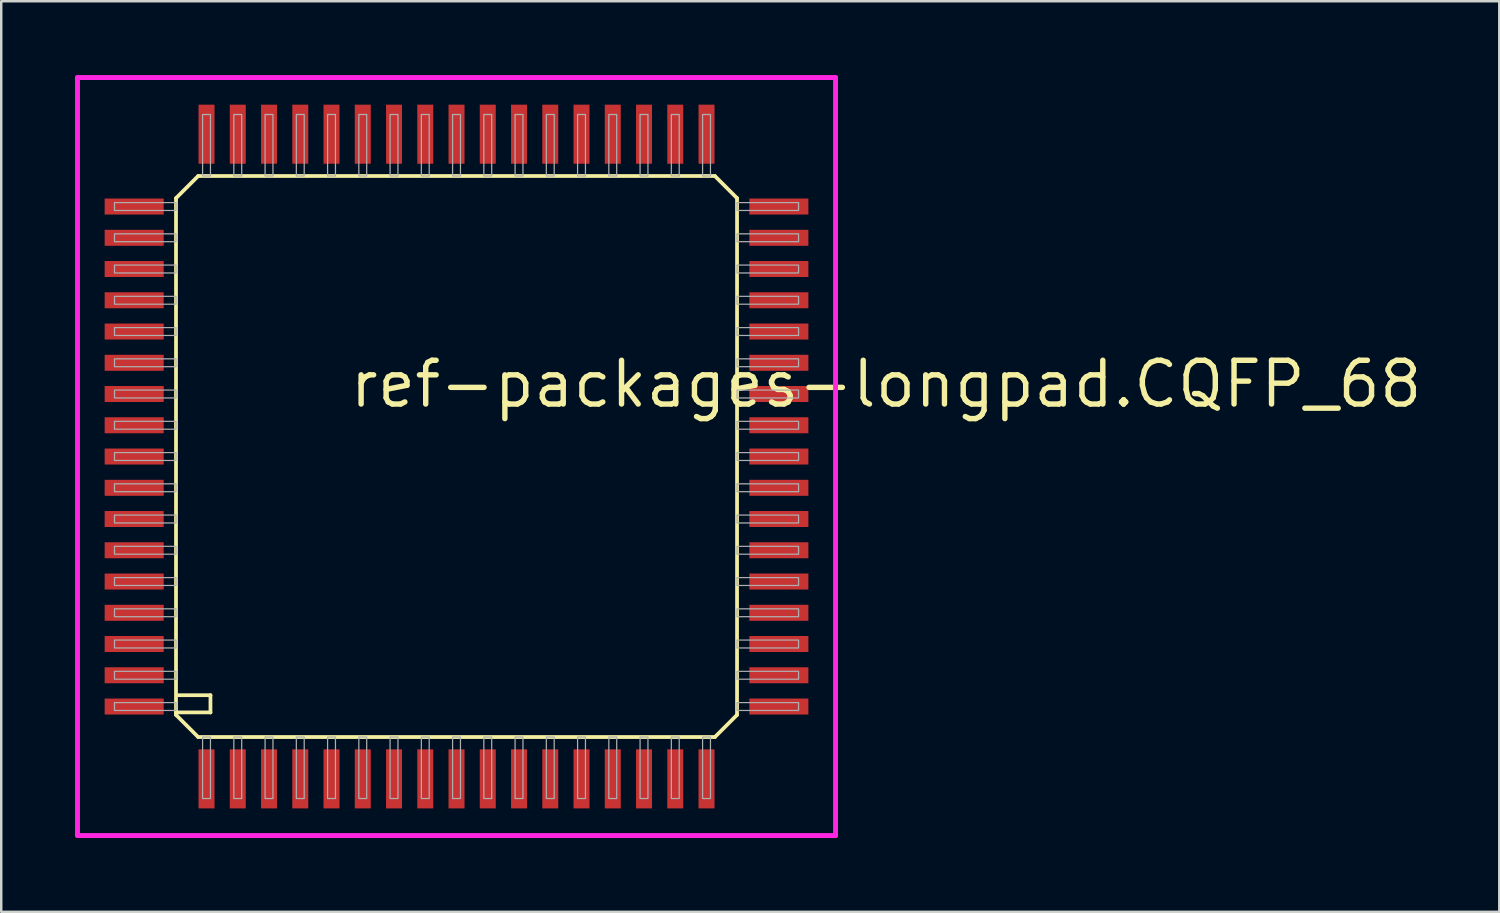
<source format=kicad_pcb>
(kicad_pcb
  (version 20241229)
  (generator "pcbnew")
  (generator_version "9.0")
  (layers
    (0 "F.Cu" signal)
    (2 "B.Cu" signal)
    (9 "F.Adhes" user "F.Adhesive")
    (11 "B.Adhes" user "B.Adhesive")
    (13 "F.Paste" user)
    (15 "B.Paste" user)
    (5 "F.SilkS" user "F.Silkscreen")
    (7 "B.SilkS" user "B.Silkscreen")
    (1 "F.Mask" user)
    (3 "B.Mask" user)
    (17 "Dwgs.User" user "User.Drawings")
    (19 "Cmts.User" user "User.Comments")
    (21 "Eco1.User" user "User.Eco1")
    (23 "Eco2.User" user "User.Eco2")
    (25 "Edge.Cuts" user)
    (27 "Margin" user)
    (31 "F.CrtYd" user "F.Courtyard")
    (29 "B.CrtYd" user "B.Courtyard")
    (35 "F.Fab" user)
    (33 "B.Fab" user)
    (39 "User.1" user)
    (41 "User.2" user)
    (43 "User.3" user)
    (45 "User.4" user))
  (footprint "ref-packages-longpad.CQFP_68"
    (layer "F.Cu")
    (at 15.503 15.503)
    (property "Reference" "ref-packages-longpad.CQFP_68" (at -4.445 -1.905 0) (layer "F.SilkS") (effects (font (size 1.778 1.778) (thickness 0.22)) (justify left bottom)))
    (attr smd)
    (fp_line (start -11.4 -10.5) (end -11.4 10.4) (stroke (width 0.152) (type default)) (layer "F.SilkS"))
    (fp_line (start -11.4 -10.5) (end -10.5 -11.4) (stroke (width 0.152) (type default)) (layer "F.SilkS"))
    (fp_line (start -11.4 10.4) (end -11.4 10.5) (stroke (width 0.152) (type default)) (layer "F.SilkS"))
    (fp_line (start -11.4 10.4) (end -10 10.4) (stroke (width 0.152) (type default)) (layer "F.SilkS"))
    (fp_line (start -11.4 10.5) (end -10.5 11.4) (stroke (width 0.152) (type default)) (layer "F.SilkS"))
    (fp_line (start -10.5 11.4) (end 10.5 11.4) (stroke (width 0.152) (type default)) (layer "F.SilkS"))
    (fp_line (start -10 9.7) (end -11.3 9.7) (stroke (width 0.152) (type default)) (layer "F.SilkS"))
    (fp_line (start -10 10.4) (end -10 9.7) (stroke (width 0.152) (type default)) (layer "F.SilkS"))
    (fp_line (start 10.5 -11.4) (end -10.5 -11.4) (stroke (width 0.152) (type default)) (layer "F.SilkS"))
    (fp_line (start 10.5 -11.4) (end 11.4 -10.5) (stroke (width 0.152) (type default)) (layer "F.SilkS"))
    (fp_line (start 10.5 11.4) (end 11.4 10.5) (stroke (width 0.152) (type default)) (layer "F.SilkS"))
    (fp_line (start 11.4 10.5) (end 11.4 -10.5) (stroke (width 0.152) (type default)) (layer "F.SilkS"))
    (fp_line (start -15.403 -15.403) (end 15.403 -15.403) (stroke (width 0.2) (type default)) (layer "F.CrtYd"))
    (fp_line (start -15.403 15.403) (end -15.403 -15.403) (stroke (width 0.2) (type default)) (layer "F.CrtYd"))
    (fp_line (start 15.403 -15.403) (end 15.403 15.403) (stroke (width 0.2) (type default)) (layer "F.CrtYd"))
    (fp_line (start 15.403 15.403) (end -15.403 15.403) (stroke (width 0.2) (type default)) (layer "F.CrtYd"))
    (fp_rect (start -13.9 -10) (end -11.4 -10.32) (stroke (width 0.05) (type default)) (fill no) (layer "F.Fab"))
    (fp_rect (start -13.9 -8.73) (end -11.4 -9.05) (stroke (width 0.05) (type default)) (fill no) (layer "F.Fab"))
    (fp_rect (start -13.9 -7.46) (end -11.4 -7.78) (stroke (width 0.05) (type default)) (fill no) (layer "F.Fab"))
    (fp_rect (start -13.9 -6.19) (end -11.4 -6.51) (stroke (width 0.05) (type default)) (fill no) (layer "F.Fab"))
    (fp_rect (start -13.9 -4.92) (end -11.4 -5.24) (stroke (width 0.05) (type default)) (fill no) (layer "F.Fab"))
    (fp_rect (start -13.9 -3.65) (end -11.4 -3.97) (stroke (width 0.05) (type default)) (fill no) (layer "F.Fab"))
    (fp_rect (start -13.9 -2.38) (end -11.4 -2.7) (stroke (width 0.05) (type default)) (fill no) (layer "F.Fab"))
    (fp_rect (start -13.9 -1.11) (end -11.4 -1.43) (stroke (width 0.05) (type default)) (fill no) (layer "F.Fab"))
    (fp_rect (start -13.9 0.16) (end -11.4 -0.16) (stroke (width 0.05) (type default)) (fill no) (layer "F.Fab"))
    (fp_rect (start -13.9 1.43) (end -11.4 1.11) (stroke (width 0.05) (type default)) (fill no) (layer "F.Fab"))
    (fp_rect (start -13.9 2.7) (end -11.4 2.38) (stroke (width 0.05) (type default)) (fill no) (layer "F.Fab"))
    (fp_rect (start -13.9 3.97) (end -11.4 3.65) (stroke (width 0.05) (type default)) (fill no) (layer "F.Fab"))
    (fp_rect (start -13.9 5.24) (end -11.4 4.92) (stroke (width 0.05) (type default)) (fill no) (layer "F.Fab"))
    (fp_rect (start -13.9 6.51) (end -11.4 6.19) (stroke (width 0.05) (type default)) (fill no) (layer "F.Fab"))
    (fp_rect (start -13.9 7.78) (end -11.4 7.46) (stroke (width 0.05) (type default)) (fill no) (layer "F.Fab"))
    (fp_rect (start -13.9 9.05) (end -11.4 8.73) (stroke (width 0.05) (type default)) (fill no) (layer "F.Fab"))
    (fp_rect (start -13.9 10.32) (end -11.4 10) (stroke (width 0.05) (type default)) (fill no) (layer "F.Fab"))
    (fp_rect (start -10.32 -11.4) (end -10 -13.9) (stroke (width 0.05) (type default)) (fill no) (layer "F.Fab"))
    (fp_rect (start -10.32 13.9) (end -10 11.4) (stroke (width 0.05) (type default)) (fill no) (layer "F.Fab"))
    (fp_rect (start -9.05 -11.4) (end -8.73 -13.9) (stroke (width 0.05) (type default)) (fill no) (layer "F.Fab"))
    (fp_rect (start -9.05 13.9) (end -8.73 11.4) (stroke (width 0.05) (type default)) (fill no) (layer "F.Fab"))
    (fp_rect (start -7.78 -11.4) (end -7.46 -13.9) (stroke (width 0.05) (type default)) (fill no) (layer "F.Fab"))
    (fp_rect (start -7.78 13.9) (end -7.46 11.4) (stroke (width 0.05) (type default)) (fill no) (layer "F.Fab"))
    (fp_rect (start -6.51 -11.4) (end -6.19 -13.9) (stroke (width 0.05) (type default)) (fill no) (layer "F.Fab"))
    (fp_rect (start -6.51 13.9) (end -6.19 11.4) (stroke (width 0.05) (type default)) (fill no) (layer "F.Fab"))
    (fp_rect (start -5.24 -11.4) (end -4.92 -13.9) (stroke (width 0.05) (type default)) (fill no) (layer "F.Fab"))
    (fp_rect (start -5.24 13.9) (end -4.92 11.4) (stroke (width 0.05) (type default)) (fill no) (layer "F.Fab"))
    (fp_rect (start -3.97 -11.4) (end -3.65 -13.9) (stroke (width 0.05) (type default)) (fill no) (layer "F.Fab"))
    (fp_rect (start -3.97 13.9) (end -3.65 11.4) (stroke (width 0.05) (type default)) (fill no) (layer "F.Fab"))
    (fp_rect (start -2.7 -11.4) (end -2.38 -13.9) (stroke (width 0.05) (type default)) (fill no) (layer "F.Fab"))
    (fp_rect (start -2.7 13.9) (end -2.38 11.4) (stroke (width 0.05) (type default)) (fill no) (layer "F.Fab"))
    (fp_rect (start -1.43 -11.4) (end -1.11 -13.9) (stroke (width 0.05) (type default)) (fill no) (layer "F.Fab"))
    (fp_rect (start -1.43 13.9) (end -1.11 11.4) (stroke (width 0.05) (type default)) (fill no) (layer "F.Fab"))
    (fp_rect (start -0.16 -11.4) (end 0.16 -13.9) (stroke (width 0.05) (type default)) (fill no) (layer "F.Fab"))
    (fp_rect (start -0.16 13.9) (end 0.16 11.4) (stroke (width 0.05) (type default)) (fill no) (layer "F.Fab"))
    (fp_rect (start 1.11 -11.4) (end 1.43 -13.9) (stroke (width 0.05) (type default)) (fill no) (layer "F.Fab"))
    (fp_rect (start 1.11 13.9) (end 1.43 11.4) (stroke (width 0.05) (type default)) (fill no) (layer "F.Fab"))
    (fp_rect (start 2.38 -11.4) (end 2.7 -13.9) (stroke (width 0.05) (type default)) (fill no) (layer "F.Fab"))
    (fp_rect (start 2.38 13.9) (end 2.7 11.4) (stroke (width 0.05) (type default)) (fill no) (layer "F.Fab"))
    (fp_rect (start 3.65 -11.4) (end 3.97 -13.9) (stroke (width 0.05) (type default)) (fill no) (layer "F.Fab"))
    (fp_rect (start 3.65 13.9) (end 3.97 11.4) (stroke (width 0.05) (type default)) (fill no) (layer "F.Fab"))
    (fp_rect (start 4.92 -11.4) (end 5.24 -13.9) (stroke (width 0.05) (type default)) (fill no) (layer "F.Fab"))
    (fp_rect (start 4.92 13.9) (end 5.24 11.4) (stroke (width 0.05) (type default)) (fill no) (layer "F.Fab"))
    (fp_rect (start 6.19 -11.4) (end 6.51 -13.9) (stroke (width 0.05) (type default)) (fill no) (layer "F.Fab"))
    (fp_rect (start 6.19 13.9) (end 6.51 11.4) (stroke (width 0.05) (type default)) (fill no) (layer "F.Fab"))
    (fp_rect (start 7.46 -11.4) (end 7.78 -13.9) (stroke (width 0.05) (type default)) (fill no) (layer "F.Fab"))
    (fp_rect (start 7.46 13.9) (end 7.78 11.4) (stroke (width 0.05) (type default)) (fill no) (layer "F.Fab"))
    (fp_rect (start 8.73 -11.4) (end 9.05 -13.9) (stroke (width 0.05) (type default)) (fill no) (layer "F.Fab"))
    (fp_rect (start 8.73 13.9) (end 9.05 11.4) (stroke (width 0.05) (type default)) (fill no) (layer "F.Fab"))
    (fp_rect (start 10 -11.4) (end 10.32 -13.9) (stroke (width 0.05) (type default)) (fill no) (layer "F.Fab"))
    (fp_rect (start 10 13.9) (end 10.32 11.4) (stroke (width 0.05) (type default)) (fill no) (layer "F.Fab"))
    (fp_rect (start 11.4 -10) (end 13.9 -10.32) (stroke (width 0.05) (type default)) (fill no) (layer "F.Fab"))
    (fp_rect (start 11.4 -8.73) (end 13.9 -9.05) (stroke (width 0.05) (type default)) (fill no) (layer "F.Fab"))
    (fp_rect (start 11.4 -7.46) (end 13.9 -7.78) (stroke (width 0.05) (type default)) (fill no) (layer "F.Fab"))
    (fp_rect (start 11.4 -6.19) (end 13.9 -6.51) (stroke (width 0.05) (type default)) (fill no) (layer "F.Fab"))
    (fp_rect (start 11.4 -4.92) (end 13.9 -5.24) (stroke (width 0.05) (type default)) (fill no) (layer "F.Fab"))
    (fp_rect (start 11.4 -3.65) (end 13.9 -3.97) (stroke (width 0.05) (type default)) (fill no) (layer "F.Fab"))
    (fp_rect (start 11.4 -2.38) (end 13.9 -2.7) (stroke (width 0.05) (type default)) (fill no) (layer "F.Fab"))
    (fp_rect (start 11.4 -1.11) (end 13.9 -1.43) (stroke (width 0.05) (type default)) (fill no) (layer "F.Fab"))
    (fp_rect (start 11.4 0.16) (end 13.9 -0.16) (stroke (width 0.05) (type default)) (fill no) (layer "F.Fab"))
    (fp_rect (start 11.4 1.43) (end 13.9 1.11) (stroke (width 0.05) (type default)) (fill no) (layer "F.Fab"))
    (fp_rect (start 11.4 2.7) (end 13.9 2.38) (stroke (width 0.05) (type default)) (fill no) (layer "F.Fab"))
    (fp_rect (start 11.4 3.97) (end 13.9 3.65) (stroke (width 0.05) (type default)) (fill no) (layer "F.Fab"))
    (fp_rect (start 11.4 5.24) (end 13.9 4.92) (stroke (width 0.05) (type default)) (fill no) (layer "F.Fab"))
    (fp_rect (start 11.4 6.51) (end 13.9 6.19) (stroke (width 0.05) (type default)) (fill no) (layer "F.Fab"))
    (fp_rect (start 11.4 7.78) (end 13.9 7.46) (stroke (width 0.05) (type default)) (fill no) (layer "F.Fab"))
    (fp_rect (start 11.4 9.05) (end 13.9 8.73) (stroke (width 0.05) (type default)) (fill no) (layer "F.Fab"))
    (fp_rect (start 11.4 10.32) (end 13.9 10) (stroke (width 0.05) (type default)) (fill no) (layer "F.Fab"))
    (pad "1" smd roundrect (at -10.16 13.1) (size 0.65 2.4) (layers "F.Cu" "F.Mask" "F.Paste") (roundrect_rratio 0.01))
    (pad "2" smd roundrect (at -8.89 13.1) (size 0.65 2.4) (layers "F.Cu" "F.Mask" "F.Paste") (roundrect_rratio 0.01))
    (pad "3" smd roundrect (at -7.62 13.1) (size 0.65 2.4) (layers "F.Cu" "F.Mask" "F.Paste") (roundrect_rratio 0.01))
    (pad "4" smd roundrect (at -6.35 13.1) (size 0.65 2.4) (layers "F.Cu" "F.Mask" "F.Paste") (roundrect_rratio 0.01))
    (pad "5" smd roundrect (at -5.08 13.1) (size 0.65 2.4) (layers "F.Cu" "F.Mask" "F.Paste") (roundrect_rratio 0.01))
    (pad "6" smd roundrect (at -3.81 13.1) (size 0.65 2.4) (layers "F.Cu" "F.Mask" "F.Paste") (roundrect_rratio 0.01))
    (pad "7" smd roundrect (at -2.54 13.1) (size 0.65 2.4) (layers "F.Cu" "F.Mask" "F.Paste") (roundrect_rratio 0.01))
    (pad "8" smd roundrect (at -1.27 13.1) (size 0.65 2.4) (layers "F.Cu" "F.Mask" "F.Paste") (roundrect_rratio 0.01))
    (pad "9" smd roundrect (at 0 13.1) (size 0.65 2.4) (layers "F.Cu" "F.Mask" "F.Paste") (roundrect_rratio 0.01))
    (pad "10" smd roundrect (at 1.27 13.1) (size 0.65 2.4) (layers "F.Cu" "F.Mask" "F.Paste") (roundrect_rratio 0.01))
    (pad "11" smd roundrect (at 2.54 13.1) (size 0.65 2.4) (layers "F.Cu" "F.Mask" "F.Paste") (roundrect_rratio 0.01))
    (pad "12" smd roundrect (at 3.81 13.1) (size 0.65 2.4) (layers "F.Cu" "F.Mask" "F.Paste") (roundrect_rratio 0.01))
    (pad "13" smd roundrect (at 5.08 13.1) (size 0.65 2.4) (layers "F.Cu" "F.Mask" "F.Paste") (roundrect_rratio 0.01))
    (pad "14" smd roundrect (at 6.35 13.1) (size 0.65 2.4) (layers "F.Cu" "F.Mask" "F.Paste") (roundrect_rratio 0.01))
    (pad "15" smd roundrect (at 7.62 13.1) (size 0.65 2.4) (layers "F.Cu" "F.Mask" "F.Paste") (roundrect_rratio 0.01))
    (pad "16" smd roundrect (at 8.89 13.1) (size 0.65 2.4) (layers "F.Cu" "F.Mask" "F.Paste") (roundrect_rratio 0.01))
    (pad "17" smd roundrect (at 10.16 13.1) (size 0.65 2.4) (layers "F.Cu" "F.Mask" "F.Paste") (roundrect_rratio 0.01))
    (pad "18" smd roundrect (at 13.1 10.16) (size 2.4 0.65) (layers "F.Cu" "F.Mask" "F.Paste") (roundrect_rratio 0.01))
    (pad "19" smd roundrect (at 13.1 8.89) (size 2.4 0.65) (layers "F.Cu" "F.Mask" "F.Paste") (roundrect_rratio 0.01))
    (pad "20" smd roundrect (at 13.1 7.62) (size 2.4 0.65) (layers "F.Cu" "F.Mask" "F.Paste") (roundrect_rratio 0.01))
    (pad "21" smd roundrect (at 13.1 6.35) (size 2.4 0.65) (layers "F.Cu" "F.Mask" "F.Paste") (roundrect_rratio 0.01))
    (pad "22" smd roundrect (at 13.1 5.08) (size 2.4 0.65) (layers "F.Cu" "F.Mask" "F.Paste") (roundrect_rratio 0.01))
    (pad "23" smd roundrect (at 13.1 3.81) (size 2.4 0.65) (layers "F.Cu" "F.Mask" "F.Paste") (roundrect_rratio 0.01))
    (pad "24" smd roundrect (at 13.1 2.54) (size 2.4 0.65) (layers "F.Cu" "F.Mask" "F.Paste") (roundrect_rratio 0.01))
    (pad "25" smd roundrect (at 13.1 1.27) (size 2.4 0.65) (layers "F.Cu" "F.Mask" "F.Paste") (roundrect_rratio 0.01))
    (pad "26" smd roundrect (at 13.1 0) (size 2.4 0.65) (layers "F.Cu" "F.Mask" "F.Paste") (roundrect_rratio 0.01))
    (pad "27" smd roundrect (at 13.1 -1.27) (size 2.4 0.65) (layers "F.Cu" "F.Mask" "F.Paste") (roundrect_rratio 0.01))
    (pad "28" smd roundrect (at 13.1 -2.54) (size 2.4 0.65) (layers "F.Cu" "F.Mask" "F.Paste") (roundrect_rratio 0.01))
    (pad "29" smd roundrect (at 13.1 -3.81) (size 2.4 0.65) (layers "F.Cu" "F.Mask" "F.Paste") (roundrect_rratio 0.01))
    (pad "30" smd roundrect (at 13.1 -5.08) (size 2.4 0.65) (layers "F.Cu" "F.Mask" "F.Paste") (roundrect_rratio 0.01))
    (pad "31" smd roundrect (at 13.1 -6.35) (size 2.4 0.65) (layers "F.Cu" "F.Mask" "F.Paste") (roundrect_rratio 0.01))
    (pad "32" smd roundrect (at 13.1 -7.62) (size 2.4 0.65) (layers "F.Cu" "F.Mask" "F.Paste") (roundrect_rratio 0.01))
    (pad "33" smd roundrect (at 13.1 -8.89) (size 2.4 0.65) (layers "F.Cu" "F.Mask" "F.Paste") (roundrect_rratio 0.01))
    (pad "34" smd roundrect (at 13.1 -10.16) (size 2.4 0.65) (layers "F.Cu" "F.Mask" "F.Paste") (roundrect_rratio 0.01))
    (pad "35" smd roundrect (at 10.16 -13.1) (size 0.65 2.4) (layers "F.Cu" "F.Mask" "F.Paste") (roundrect_rratio 0.01))
    (pad "36" smd roundrect (at 8.89 -13.1) (size 0.65 2.4) (layers "F.Cu" "F.Mask" "F.Paste") (roundrect_rratio 0.01))
    (pad "37" smd roundrect (at 7.62 -13.1) (size 0.65 2.4) (layers "F.Cu" "F.Mask" "F.Paste") (roundrect_rratio 0.01))
    (pad "38" smd roundrect (at 6.35 -13.1) (size 0.65 2.4) (layers "F.Cu" "F.Mask" "F.Paste") (roundrect_rratio 0.01))
    (pad "39" smd roundrect (at 5.08 -13.1) (size 0.65 2.4) (layers "F.Cu" "F.Mask" "F.Paste") (roundrect_rratio 0.01))
    (pad "40" smd roundrect (at 3.81 -13.1) (size 0.65 2.4) (layers "F.Cu" "F.Mask" "F.Paste") (roundrect_rratio 0.01))
    (pad "41" smd roundrect (at 2.54 -13.1) (size 0.65 2.4) (layers "F.Cu" "F.Mask" "F.Paste") (roundrect_rratio 0.01))
    (pad "42" smd roundrect (at 1.27 -13.1) (size 0.65 2.4) (layers "F.Cu" "F.Mask" "F.Paste") (roundrect_rratio 0.01))
    (pad "43" smd roundrect (at 0 -13.1) (size 0.65 2.4) (layers "F.Cu" "F.Mask" "F.Paste") (roundrect_rratio 0.01))
    (pad "44" smd roundrect (at -1.27 -13.1) (size 0.65 2.4) (layers "F.Cu" "F.Mask" "F.Paste") (roundrect_rratio 0.01))
    (pad "45" smd roundrect (at -2.54 -13.1) (size 0.65 2.4) (layers "F.Cu" "F.Mask" "F.Paste") (roundrect_rratio 0.01))
    (pad "46" smd roundrect (at -3.81 -13.1) (size 0.65 2.4) (layers "F.Cu" "F.Mask" "F.Paste") (roundrect_rratio 0.01))
    (pad "47" smd roundrect (at -5.08 -13.1) (size 0.65 2.4) (layers "F.Cu" "F.Mask" "F.Paste") (roundrect_rratio 0.01))
    (pad "48" smd roundrect (at -6.35 -13.1) (size 0.65 2.4) (layers "F.Cu" "F.Mask" "F.Paste") (roundrect_rratio 0.01))
    (pad "49" smd roundrect (at -7.62 -13.1) (size 0.65 2.4) (layers "F.Cu" "F.Mask" "F.Paste") (roundrect_rratio 0.01))
    (pad "50" smd roundrect (at -8.89 -13.1) (size 0.65 2.4) (layers "F.Cu" "F.Mask" "F.Paste") (roundrect_rratio 0.01))
    (pad "51" smd roundrect (at -10.16 -13.1) (size 0.65 2.4) (layers "F.Cu" "F.Mask" "F.Paste") (roundrect_rratio 0.01))
    (pad "52" smd roundrect (at -13.1 -10.16) (size 2.4 0.65) (layers "F.Cu" "F.Mask" "F.Paste") (roundrect_rratio 0.01))
    (pad "53" smd roundrect (at -13.1 -8.89) (size 2.4 0.65) (layers "F.Cu" "F.Mask" "F.Paste") (roundrect_rratio 0.01))
    (pad "54" smd roundrect (at -13.1 -7.62) (size 2.4 0.65) (layers "F.Cu" "F.Mask" "F.Paste") (roundrect_rratio 0.01))
    (pad "55" smd roundrect (at -13.1 -6.35) (size 2.4 0.65) (layers "F.Cu" "F.Mask" "F.Paste") (roundrect_rratio 0.01))
    (pad "56" smd roundrect (at -13.1 -5.08) (size 2.4 0.65) (layers "F.Cu" "F.Mask" "F.Paste") (roundrect_rratio 0.01))
    (pad "57" smd roundrect (at -13.1 -3.81) (size 2.4 0.65) (layers "F.Cu" "F.Mask" "F.Paste") (roundrect_rratio 0.01))
    (pad "58" smd roundrect (at -13.1 -2.54) (size 2.4 0.65) (layers "F.Cu" "F.Mask" "F.Paste") (roundrect_rratio 0.01))
    (pad "59" smd roundrect (at -13.1 -1.27) (size 2.4 0.65) (layers "F.Cu" "F.Mask" "F.Paste") (roundrect_rratio 0.01))
    (pad "60" smd roundrect (at -13.1 0) (size 2.4 0.65) (layers "F.Cu" "F.Mask" "F.Paste") (roundrect_rratio 0.01))
    (pad "61" smd roundrect (at -13.1 1.27) (size 2.4 0.65) (layers "F.Cu" "F.Mask" "F.Paste") (roundrect_rratio 0.01))
    (pad "62" smd roundrect (at -13.1 2.54) (size 2.4 0.65) (layers "F.Cu" "F.Mask" "F.Paste") (roundrect_rratio 0.01))
    (pad "63" smd roundrect (at -13.1 3.81) (size 2.4 0.65) (layers "F.Cu" "F.Mask" "F.Paste") (roundrect_rratio 0.01))
    (pad "64" smd roundrect (at -13.1 5.08) (size 2.4 0.65) (layers "F.Cu" "F.Mask" "F.Paste") (roundrect_rratio 0.01))
    (pad "65" smd roundrect (at -13.1 6.35) (size 2.4 0.65) (layers "F.Cu" "F.Mask" "F.Paste") (roundrect_rratio 0.01))
    (pad "66" smd roundrect (at -13.1 7.62) (size 2.4 0.65) (layers "F.Cu" "F.Mask" "F.Paste") (roundrect_rratio 0.01))
    (pad "67" smd roundrect (at -13.1 8.89) (size 2.4 0.65) (layers "F.Cu" "F.Mask" "F.Paste") (roundrect_rratio 0.01))
    (pad "68" smd roundrect (at -13.1 10.16) (size 2.4 0.65) (layers "F.Cu" "F.Mask" "F.Paste") (roundrect_rratio 0.01)))
  (gr_rect
    (start -3 -3)
    (end 57.881 34.006)
    (stroke (width 0.1) (type default))
    (fill no)
    (layer "Edge.Cuts")))
</source>
